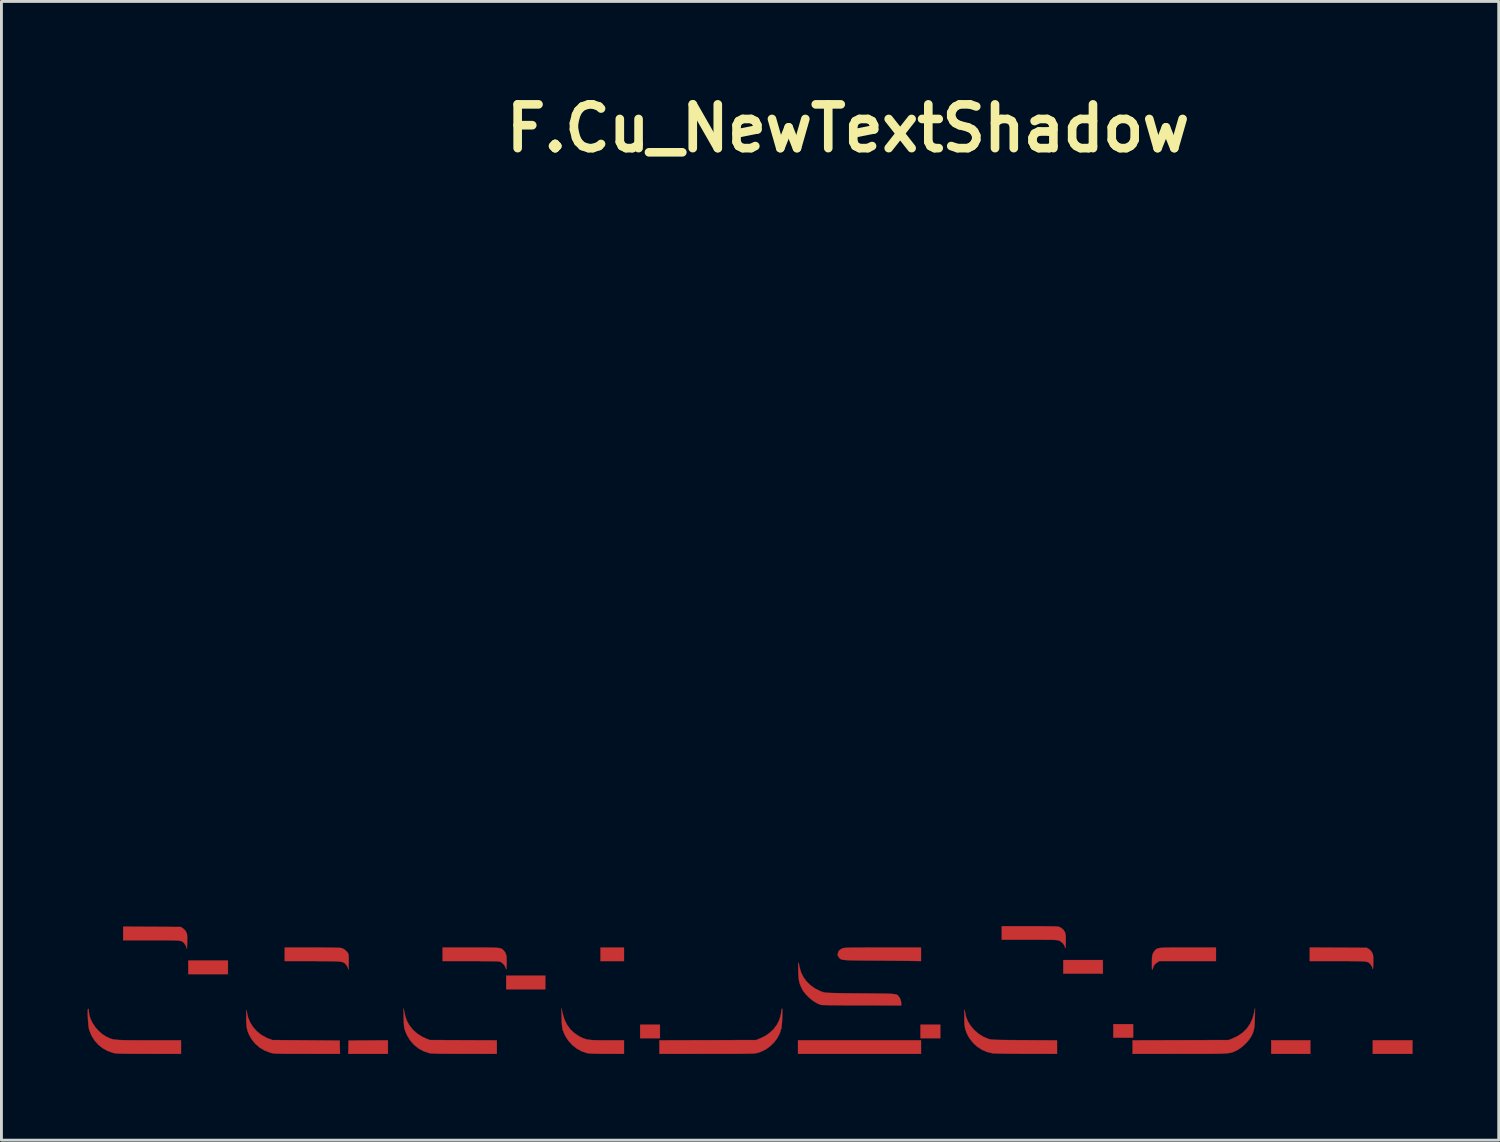
<source format=kicad_pcb>
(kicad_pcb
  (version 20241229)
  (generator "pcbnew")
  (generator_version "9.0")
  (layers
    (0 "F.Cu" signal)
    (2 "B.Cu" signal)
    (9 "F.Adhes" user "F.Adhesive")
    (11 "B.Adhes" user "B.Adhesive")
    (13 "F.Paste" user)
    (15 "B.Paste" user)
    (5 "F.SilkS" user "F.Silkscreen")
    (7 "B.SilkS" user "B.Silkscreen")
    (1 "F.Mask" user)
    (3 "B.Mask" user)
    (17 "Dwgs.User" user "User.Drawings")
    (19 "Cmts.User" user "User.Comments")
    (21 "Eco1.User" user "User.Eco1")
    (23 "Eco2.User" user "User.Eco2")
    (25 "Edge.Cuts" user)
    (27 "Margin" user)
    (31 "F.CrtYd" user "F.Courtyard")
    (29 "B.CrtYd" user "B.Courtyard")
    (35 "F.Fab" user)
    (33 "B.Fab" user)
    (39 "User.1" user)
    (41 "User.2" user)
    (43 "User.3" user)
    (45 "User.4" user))
  (footprint "F.Cu_NewTextShadow"
    (layer "F.Cu")
    (at 26.475 1.418)
    (property "Reference" "F.Cu_NewTextShadow" (at 0 0 0) (layer "F.SilkS") (effects (font (size 1.524 1.524) (thickness 0.3))))
    (attr through_hole)
    (fp_poly (pts (xy -21.59 29.446) (xy -22.969 29.446) (xy -22.969 28.974) (xy -21.59 28.974) (xy -21.59 29.446)) (stroke (width 0.01) (type solid)) (fill yes) (layer "F.Cu"))
    (fp_poly (pts (xy -10.541 29.972) (xy -11.902 29.972) (xy -11.902 29.5) (xy -10.541 29.5) (xy -10.541 29.972)) (stroke (width 0.01) (type solid)) (fill yes) (layer "F.Cu"))
    (fp_poly (pts (xy -7.801 28.992) (xy -8.618 28.992) (xy -8.618 28.521) (xy -7.801 28.521) (xy -7.801 28.992)) (stroke (width 0.01) (type solid)) (fill yes) (layer "F.Cu"))
    (fp_poly (pts (xy -6.55 31.677) (xy -7.239 31.677) (xy -7.239 31.206) (xy -6.55 31.206) (xy -6.55 31.677)) (stroke (width 0.01) (type solid)) (fill yes) (layer "F.Cu"))
    (fp_poly (pts (xy 2.54 32.222) (xy -1.742 32.222) (xy -1.742 31.75) (xy 2.54 31.75) (xy 2.54 32.222)) (stroke (width 0.01) (type solid)) (fill yes) (layer "F.Cu"))
    (fp_poly (pts (xy 3.211 31.677) (xy 2.522 31.677) (xy 2.522 31.206) (xy 3.211 31.206) (xy 3.211 31.677)) (stroke (width 0.01) (type solid)) (fill yes) (layer "F.Cu"))
    (fp_poly (pts (xy 8.872 29.428) (xy 7.493 29.428) (xy 7.493 28.956) (xy 8.872 28.956) (xy 8.872 29.428)) (stroke (width 0.01) (type solid)) (fill yes) (layer "F.Cu"))
    (fp_poly (pts (xy 9.924 31.659) (xy 9.235 31.659) (xy 9.235 31.188) (xy 9.924 31.188) (xy 9.924 31.659)) (stroke (width 0.01) (type solid)) (fill yes) (layer "F.Cu"))
    (fp_poly (pts (xy 16.093 32.222) (xy 14.732 32.222) (xy 14.732 31.75) (xy 16.093 31.75) (xy 16.093 32.222)) (stroke (width 0.01) (type solid)) (fill yes) (layer "F.Cu"))
    (fp_poly (pts (xy 19.649 32.222) (xy 18.27 32.222) (xy 18.27 31.75) (xy 19.649 31.75) (xy 19.649 32.222)) (stroke (width 0.01) (type solid)) (fill yes) (layer "F.Cu"))
    (fp_poly (pts (xy -16.02 32.222) (xy -17.4 32.222) (xy -17.395 31.99) (xy -17.39 31.759) (xy -16.02 31.75) (xy -16.02 32.222)) (stroke (width 0.01) (type solid)) (fill yes) (layer "F.Cu"))
    (fp_poly (pts (xy 18.064 28.53) (xy 18.137 28.578) (xy 18.206 28.64) (xy 18.25 28.708) (xy 18.265 28.742) (xy 18.276 28.777) (xy 18.282 28.82) (xy 18.285 28.877) (xy 18.285 28.957) (xy 18.284 29.058) (xy 18.281 29.164) (xy 18.278 29.234) (xy 18.273 29.267) (xy 18.268 29.265) (xy 18.266 29.255) (xy 18.245 29.195) (xy 18.21 29.133) (xy 18.198 29.117) (xy 18.177 29.091) (xy 18.157 29.068) (xy 18.135 29.05) (xy 18.11 29.034) (xy 18.077 29.022) (xy 18.034 29.012) (xy 17.977 29.005) (xy 17.904 29) (xy 17.811 28.996) (xy 17.697 28.994) (xy 17.556 28.993) (xy 17.388 28.992) (xy 17.188 28.992) (xy 17.047 28.992) (xy 16.075 28.992) (xy 16.075 28.52) (xy 18.064 28.53)) (stroke (width 0.01) (type solid)) (fill yes) (layer "F.Cu"))
    (fp_poly (pts (xy -23.229 27.804) (xy -23.156 27.853) (xy -23.088 27.915) (xy -23.043 27.982) (xy -23.028 28.016) (xy -23.017 28.051) (xy -23.011 28.094) (xy -23.008 28.151) (xy -23.008 28.23) (xy -23.01 28.332) (xy -23.012 28.423) (xy -23.014 28.495) (xy -23.016 28.543) (xy -23.018 28.564) (xy -23.019 28.561) (xy -23.034 28.505) (xy -23.065 28.439) (xy -23.103 28.38) (xy -23.126 28.355) (xy -23.147 28.336) (xy -23.168 28.32) (xy -23.19 28.307) (xy -23.218 28.296) (xy -23.253 28.287) (xy -23.3 28.281) (xy -23.36 28.275) (xy -23.438 28.272) (xy -23.536 28.269) (xy -23.658 28.268) (xy -23.805 28.267) (xy -23.982 28.267) (xy -24.192 28.267) (xy -24.256 28.267) (xy -25.237 28.267) (xy -25.237 27.794) (xy -23.229 27.804)) (stroke (width 0.01) (type solid)) (fill yes) (layer "F.Cu"))
    (fp_poly (pts (xy 11.829 28.521) (xy 12.809 28.521) (xy 12.809 28.992) (xy 10.838 28.992) (xy 10.758 29.044) (xy 10.705 29.082) (xy 10.667 29.123) (xy 10.636 29.179) (xy 10.606 29.255) (xy 10.595 29.283) (xy 10.588 29.294) (xy 10.584 29.285) (xy 10.581 29.252) (xy 10.579 29.191) (xy 10.579 29.098) (xy 10.579 29.083) (xy 10.58 28.956) (xy 10.585 28.858) (xy 10.596 28.783) (xy 10.615 28.724) (xy 10.642 28.675) (xy 10.673 28.635) (xy 10.694 28.611) (xy 10.714 28.591) (xy 10.736 28.574) (xy 10.762 28.559) (xy 10.796 28.548) (xy 10.841 28.539) (xy 10.899 28.532) (xy 10.974 28.528) (xy 11.068 28.524) (xy 11.185 28.522) (xy 11.328 28.521) (xy 11.5 28.521) (xy 11.703 28.521) (xy 11.829 28.521)) (stroke (width 0.01) (type solid)) (fill yes) (layer "F.Cu"))
    (fp_poly (pts (xy -15.447 30.775) (xy -15.408 30.939) (xy -15.355 31.081) (xy -15.282 31.212) (xy -15.278 31.219) (xy -15.153 31.379) (xy -15.001 31.516) (xy -14.825 31.628) (xy -14.682 31.693) (xy -14.56 31.741) (xy -13.394 31.746) (xy -12.228 31.751) (xy -12.228 32.222) (xy -13.358 32.22) (xy -13.603 32.22) (xy -13.814 32.219) (xy -13.994 32.218) (xy -14.145 32.216) (xy -14.27 32.214) (xy -14.371 32.211) (xy -14.45 32.208) (xy -14.511 32.204) (xy -14.555 32.2) (xy -14.585 32.195) (xy -14.587 32.194) (xy -14.777 32.129) (xy -14.951 32.034) (xy -15.106 31.91) (xy -15.239 31.761) (xy -15.346 31.59) (xy -15.415 31.429) (xy -15.433 31.375) (xy -15.446 31.326) (xy -15.455 31.275) (xy -15.461 31.215) (xy -15.465 31.138) (xy -15.468 31.036) (xy -15.469 30.961) (xy -15.474 30.634) (xy -15.447 30.775)) (stroke (width 0.01) (type solid)) (fill yes) (layer "F.Cu"))
    (fp_poly (pts (xy -9.941 30.804) (xy -9.88 31.012) (xy -9.791 31.198) (xy -9.676 31.359) (xy -9.534 31.496) (xy -9.367 31.608) (xy -9.298 31.643) (xy -9.237 31.671) (xy -9.181 31.693) (xy -9.124 31.711) (xy -9.064 31.725) (xy -8.994 31.735) (xy -8.91 31.742) (xy -8.807 31.746) (xy -8.682 31.749) (xy -8.528 31.75) (xy -8.387 31.75) (xy -7.801 31.75) (xy -7.801 32.222) (xy -8.396 32.22) (xy -8.576 32.219) (xy -8.724 32.218) (xy -8.843 32.215) (xy -8.936 32.211) (xy -9.009 32.206) (xy -9.063 32.199) (xy -9.098 32.192) (xy -9.277 32.131) (xy -9.444 32.038) (xy -9.596 31.918) (xy -9.729 31.774) (xy -9.837 31.611) (xy -9.918 31.432) (xy -9.933 31.387) (xy -9.946 31.332) (xy -9.956 31.26) (xy -9.964 31.166) (xy -9.969 31.044) (xy -9.971 30.961) (xy -9.978 30.634) (xy -9.941 30.804)) (stroke (width 0.01) (type solid)) (fill yes) (layer "F.Cu"))
    (fp_poly (pts (xy -18.655 28.521) (xy -18.414 28.521) (xy -18.203 28.522) (xy -18.023 28.524) (xy -17.876 28.527) (xy -17.761 28.53) (xy -17.68 28.534) (xy -17.635 28.539) (xy -17.629 28.54) (xy -17.562 28.571) (xy -17.493 28.621) (xy -17.434 28.681) (xy -17.401 28.734) (xy -17.391 28.778) (xy -17.386 28.856) (xy -17.384 28.965) (xy -17.385 29.056) (xy -17.388 29.147) (xy -17.39 29.219) (xy -17.392 29.268) (xy -17.394 29.289) (xy -17.395 29.286) (xy -17.413 29.221) (xy -17.45 29.15) (xy -17.497 29.09) (xy -17.521 29.068) (xy -17.545 29.052) (xy -17.571 29.039) (xy -17.602 29.027) (xy -17.64 29.018) (xy -17.689 29.01) (xy -17.751 29.004) (xy -17.831 29) (xy -17.931 28.997) (xy -18.053 28.995) (xy -18.202 28.993) (xy -18.379 28.993) (xy -18.589 28.992) (xy -18.664 28.992) (xy -19.612 28.992) (xy -19.612 28.521) (xy -18.655 28.521)) (stroke (width 0.01) (type solid)) (fill yes) (layer "F.Cu"))
    (fp_poly (pts (xy 6.309 27.777) (xy 6.545 27.777) (xy 6.754 27.778) (xy 6.932 27.78) (xy 7.08 27.783) (xy 7.196 27.786) (xy 7.278 27.79) (xy 7.326 27.794) (xy 7.335 27.796) (xy 7.421 27.837) (xy 7.497 27.904) (xy 7.551 27.987) (xy 7.556 28) (xy 7.568 28.041) (xy 7.576 28.092) (xy 7.58 28.161) (xy 7.581 28.254) (xy 7.58 28.339) (xy 7.577 28.441) (xy 7.574 28.508) (xy 7.57 28.541) (xy 7.565 28.543) (xy 7.561 28.526) (xy 7.53 28.442) (xy 7.471 28.364) (xy 7.393 28.302) (xy 7.357 28.282) (xy 7.339 28.275) (xy 7.317 28.269) (xy 7.289 28.264) (xy 7.252 28.26) (xy 7.201 28.256) (xy 7.135 28.254) (xy 7.05 28.252) (xy 6.942 28.251) (xy 6.81 28.25) (xy 6.65 28.249) (xy 6.458 28.249) (xy 6.318 28.249) (xy 5.352 28.248) (xy 5.352 27.777) (xy 6.309 27.777)) (stroke (width 0.01) (type solid)) (fill yes) (layer "F.Cu"))
    (fp_poly (pts (xy -20.94 30.716) (xy -20.935 30.749) (xy -20.892 30.944) (xy -20.817 31.127) (xy -20.712 31.293) (xy -20.58 31.44) (xy -20.424 31.564) (xy -20.247 31.662) (xy -20.169 31.693) (xy -20.039 31.741) (xy -18.869 31.75) (xy -17.698 31.759) (xy -17.693 31.99) (xy -17.688 32.222) (xy -18.836 32.221) (xy -19.069 32.221) (xy -19.268 32.22) (xy -19.437 32.22) (xy -19.578 32.219) (xy -19.695 32.218) (xy -19.79 32.216) (xy -19.867 32.214) (xy -19.928 32.211) (xy -19.976 32.208) (xy -20.015 32.204) (xy -20.047 32.198) (xy -20.075 32.192) (xy -20.102 32.184) (xy -20.12 32.179) (xy -20.318 32.102) (xy -20.491 31.998) (xy -20.641 31.866) (xy -20.767 31.708) (xy -20.839 31.582) (xy -20.88 31.494) (xy -20.91 31.41) (xy -20.931 31.321) (xy -20.944 31.221) (xy -20.951 31.101) (xy -20.953 30.953) (xy -20.952 30.934) (xy -20.951 30.827) (xy -20.95 30.754) (xy -20.948 30.713) (xy -20.945 30.701) (xy -20.94 30.716)) (stroke (width 0.01) (type solid)) (fill yes) (layer "F.Cu"))
    (fp_poly (pts (xy -12.913 28.521) (xy -12.725 28.521) (xy -12.567 28.521) (xy -12.436 28.523) (xy -12.329 28.526) (xy -12.244 28.53) (xy -12.177 28.535) (xy -12.125 28.543) (xy -12.086 28.553) (xy -12.056 28.566) (xy -12.032 28.581) (xy -12.012 28.6) (xy -11.991 28.622) (xy -11.979 28.635) (xy -11.942 28.684) (xy -11.916 28.735) (xy -11.898 28.796) (xy -11.889 28.874) (xy -11.886 28.976) (xy -11.887 29.083) (xy -11.89 29.183) (xy -11.894 29.247) (xy -11.899 29.276) (xy -11.905 29.273) (xy -11.907 29.265) (xy -11.942 29.174) (xy -12 29.093) (xy -12.073 29.034) (xy -12.082 29.029) (xy -12.099 29.021) (xy -12.118 29.014) (xy -12.141 29.009) (xy -12.172 29.004) (xy -12.214 29) (xy -12.27 28.998) (xy -12.343 28.996) (xy -12.436 28.994) (xy -12.552 28.993) (xy -12.694 28.993) (xy -12.866 28.992) (xy -13.07 28.992) (xy -13.135 28.992) (xy -14.115 28.992) (xy -14.115 28.521) (xy -13.135 28.521) (xy -12.913 28.521)) (stroke (width 0.01) (type solid)) (fill yes) (layer "F.Cu"))
    (fp_poly (pts (xy 14.163 30.97) (xy 14.158 31.117) (xy 14.151 31.236) (xy 14.138 31.334) (xy 14.119 31.418) (xy 14.092 31.496) (xy 14.055 31.577) (xy 14.02 31.641) (xy 13.954 31.737) (xy 13.866 31.839) (xy 13.763 31.937) (xy 13.655 32.024) (xy 13.553 32.089) (xy 13.535 32.099) (xy 13.494 32.119) (xy 13.456 32.137) (xy 13.42 32.153) (xy 13.384 32.166) (xy 13.343 32.178) (xy 13.297 32.188) (xy 13.243 32.196) (xy 13.178 32.203) (xy 13.1 32.208) (xy 13.007 32.213) (xy 12.895 32.216) (xy 12.764 32.218) (xy 12.609 32.22) (xy 12.43 32.221) (xy 12.222 32.221) (xy 11.985 32.221) (xy 11.716 32.221) (xy 11.534 32.221) (xy 9.906 32.222) (xy 9.906 31.751) (xy 11.58 31.746) (xy 13.253 31.741) (xy 13.376 31.693) (xy 13.572 31.599) (xy 13.742 31.481) (xy 13.884 31.34) (xy 13.998 31.175) (xy 14.084 30.988) (xy 14.141 30.779) (xy 14.142 30.773) (xy 14.168 30.634) (xy 14.163 30.97)) (stroke (width 0.01) (type solid)) (fill yes) (layer "F.Cu"))
    (fp_poly (pts (xy -2.293 30.66) (xy -2.289 30.707) (xy -2.288 30.776) (xy -2.289 30.862) (xy -2.292 30.958) (xy -2.296 31.056) (xy -2.302 31.151) (xy -2.31 31.236) (xy -2.318 31.304) (xy -2.323 31.333) (xy -2.377 31.507) (xy -2.463 31.672) (xy -2.576 31.823) (xy -2.713 31.956) (xy -2.867 32.067) (xy -3.036 32.15) (xy -3.175 32.193) (xy -3.2 32.198) (xy -3.231 32.203) (xy -3.272 32.206) (xy -3.325 32.21) (xy -3.391 32.212) (xy -3.473 32.215) (xy -3.574 32.216) (xy -3.696 32.218) (xy -3.84 32.219) (xy -4.01 32.22) (xy -4.207 32.221) (xy -4.434 32.221) (xy -4.693 32.221) (xy -4.93 32.221) (xy -6.568 32.222) (xy -6.568 31.751) (xy -3.202 31.741) (xy -3.08 31.693) (xy -2.893 31.604) (xy -2.729 31.491) (xy -2.589 31.357) (xy -2.476 31.206) (xy -2.393 31.04) (xy -2.341 30.863) (xy -2.328 30.766) (xy -2.32 30.704) (xy -2.31 30.661) (xy -2.299 30.643) (xy -2.299 30.643) (xy -2.293 30.66)) (stroke (width 0.01) (type solid)) (fill yes) (layer "F.Cu"))
    (fp_poly (pts (xy 2.54 28.992) (xy 2.336 28.988) (xy 2.281 28.987) (xy 2.194 28.986) (xy 2.078 28.985) (xy 1.938 28.983) (xy 1.776 28.982) (xy 1.597 28.98) (xy 1.405 28.978) (xy 1.203 28.976) (xy 0.995 28.975) (xy 0.98 28.974) (xy 0.74 28.973) (xy 0.534 28.971) (xy 0.359 28.969) (xy 0.212 28.967) (xy 0.09 28.964) (xy -0.009 28.96) (xy -0.088 28.955) (xy -0.15 28.949) (xy -0.198 28.942) (xy -0.233 28.932) (xy -0.26 28.92) (xy -0.28 28.906) (xy -0.297 28.889) (xy -0.313 28.869) (xy -0.327 28.852) (xy -0.355 28.803) (xy -0.359 28.747) (xy -0.357 28.732) (xy -0.335 28.659) (xy -0.288 28.602) (xy -0.21 28.556) (xy -0.209 28.555) (xy -0.193 28.548) (xy -0.175 28.543) (xy -0.151 28.538) (xy -0.119 28.534) (xy -0.076 28.531) (xy -0.02 28.528) (xy 0.052 28.526) (xy 0.142 28.524) (xy 0.254 28.523) (xy 0.389 28.522) (xy 0.55 28.522) (xy 0.74 28.521) (xy 0.961 28.521) (xy 1.202 28.521) (xy 2.54 28.521) (xy 2.54 28.992)) (stroke (width 0.01) (type solid)) (fill yes) (layer "F.Cu"))
    (fp_poly (pts (xy 4.06 30.698) (xy 4.065 30.731) (xy 4.103 30.917) (xy 4.168 31.085) (xy 4.263 31.24) (xy 4.391 31.389) (xy 4.399 31.397) (xy 4.548 31.527) (xy 4.704 31.625) (xy 4.875 31.696) (xy 4.908 31.707) (xy 4.933 31.713) (xy 4.962 31.719) (xy 4.998 31.724) (xy 5.043 31.728) (xy 5.101 31.731) (xy 5.175 31.734) (xy 5.267 31.737) (xy 5.38 31.739) (xy 5.518 31.741) (xy 5.682 31.742) (xy 5.877 31.744) (xy 6.105 31.745) (xy 6.146 31.745) (xy 7.275 31.752) (xy 7.275 32.222) (xy 6.209 32.219) (xy 6.012 32.219) (xy 5.823 32.218) (xy 5.645 32.216) (xy 5.483 32.214) (xy 5.339 32.212) (xy 5.218 32.209) (xy 5.123 32.206) (xy 5.058 32.203) (xy 5.029 32.201) (xy 4.84 32.156) (xy 4.661 32.078) (xy 4.496 31.971) (xy 4.351 31.838) (xy 4.229 31.681) (xy 4.174 31.586) (xy 4.129 31.494) (xy 4.096 31.408) (xy 4.073 31.32) (xy 4.058 31.222) (xy 4.05 31.105) (xy 4.048 30.963) (xy 4.048 30.915) (xy 4.049 30.809) (xy 4.051 30.736) (xy 4.053 30.695) (xy 4.056 30.683) (xy 4.06 30.698)) (stroke (width 0.01) (type solid)) (fill yes) (layer "F.Cu"))
    (fp_poly (pts (xy -26.455 30.651) (xy -26.441 30.676) (xy -26.434 30.721) (xy -26.434 30.728) (xy -26.418 30.865) (xy -26.372 31.009) (xy -26.3 31.154) (xy -26.207 31.293) (xy -26.096 31.42) (xy -25.973 31.53) (xy -25.841 31.615) (xy -25.817 31.627) (xy -25.768 31.651) (xy -25.723 31.672) (xy -25.68 31.689) (xy -25.635 31.704) (xy -25.585 31.716) (xy -25.527 31.726) (xy -25.458 31.733) (xy -25.375 31.739) (xy -25.276 31.743) (xy -25.156 31.746) (xy -25.013 31.748) (xy -24.844 31.749) (xy -24.646 31.75) (xy -24.415 31.75) (xy -24.334 31.75) (xy -23.223 31.75) (xy -23.223 32.222) (xy -24.343 32.221) (xy -24.574 32.22) (xy -24.772 32.22) (xy -24.94 32.219) (xy -25.08 32.218) (xy -25.196 32.217) (xy -25.291 32.215) (xy -25.367 32.213) (xy -25.428 32.21) (xy -25.477 32.206) (xy -25.516 32.201) (xy -25.549 32.196) (xy -25.579 32.189) (xy -25.596 32.185) (xy -25.785 32.117) (xy -25.957 32.02) (xy -26.11 31.895) (xy -26.24 31.747) (xy -26.343 31.579) (xy -26.416 31.395) (xy -26.426 31.36) (xy -26.436 31.306) (xy -26.446 31.232) (xy -26.454 31.143) (xy -26.461 31.047) (xy -26.466 30.948) (xy -26.469 30.855) (xy -26.47 30.772) (xy -26.468 30.706) (xy -26.463 30.663) (xy -26.456 30.65) (xy -26.455 30.651)) (stroke (width 0.01) (type solid)) (fill yes) (layer "F.Cu"))
    (fp_poly (pts (xy -1.719 29.065) (xy -1.707 29.118) (xy -1.69 29.202) (xy -1.688 29.209) (xy -1.637 29.387) (xy -1.553 29.554) (xy -1.44 29.706) (xy -1.302 29.84) (xy -1.143 29.952) (xy -0.965 30.039) (xy -0.861 30.075) (xy -0.836 30.081) (xy -0.807 30.087) (xy -0.77 30.092) (xy -0.723 30.096) (xy -0.664 30.099) (xy -0.588 30.102) (xy -0.494 30.105) (xy -0.379 30.107) (xy -0.239 30.11) (xy -0.073 30.112) (xy 0.124 30.114) (xy 0.352 30.116) (xy 0.435 30.116) (xy 0.678 30.118) (xy 0.886 30.12) (xy 1.064 30.122) (xy 1.214 30.124) (xy 1.338 30.127) (xy 1.439 30.13) (xy 1.521 30.134) (xy 1.584 30.14) (xy 1.633 30.146) (xy 1.67 30.154) (xy 1.698 30.164) (xy 1.719 30.176) (xy 1.735 30.19) (xy 1.751 30.206) (xy 1.764 30.22) (xy 1.807 30.288) (xy 1.839 30.374) (xy 1.851 30.46) (xy 1.851 30.461) (xy 1.851 30.534) (xy 0.476 30.533) (xy 0.255 30.532) (xy 0.044 30.532) (xy -0.155 30.531) (xy -0.338 30.529) (xy -0.503 30.528) (xy -0.646 30.526) (xy -0.764 30.524) (xy -0.856 30.522) (xy -0.917 30.519) (xy -0.945 30.517) (xy -0.946 30.517) (xy -1.078 30.462) (xy -1.214 30.379) (xy -1.344 30.275) (xy -1.462 30.158) (xy -1.559 30.032) (xy -1.601 29.961) (xy -1.643 29.875) (xy -1.675 29.795) (xy -1.699 29.714) (xy -1.715 29.623) (xy -1.725 29.516) (xy -1.732 29.384) (xy -1.734 29.301) (xy -1.736 29.184) (xy -1.736 29.104) (xy -1.733 29.057) (xy -1.728 29.045) (xy -1.719 29.065)) (stroke (width 0.01) (type solid)) (fill yes) (layer "F.Cu")))
  (gr_rect
    (start -3 -3)
    (end 49.128 36.645)
    (stroke (width 0.1) (type default))
    (fill no)
    (layer "Edge.Cuts")))
</source>
